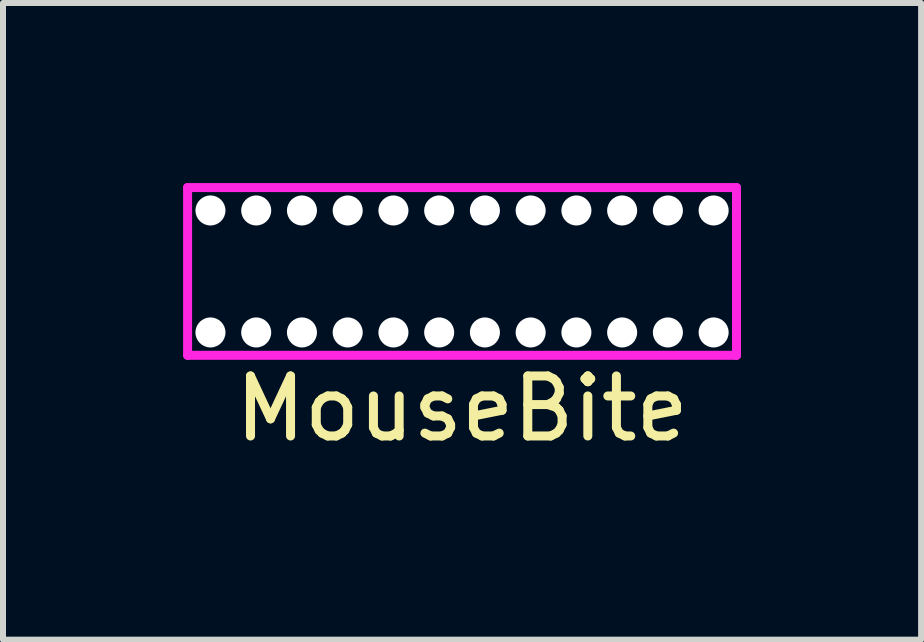
<source format=kicad_pcb>
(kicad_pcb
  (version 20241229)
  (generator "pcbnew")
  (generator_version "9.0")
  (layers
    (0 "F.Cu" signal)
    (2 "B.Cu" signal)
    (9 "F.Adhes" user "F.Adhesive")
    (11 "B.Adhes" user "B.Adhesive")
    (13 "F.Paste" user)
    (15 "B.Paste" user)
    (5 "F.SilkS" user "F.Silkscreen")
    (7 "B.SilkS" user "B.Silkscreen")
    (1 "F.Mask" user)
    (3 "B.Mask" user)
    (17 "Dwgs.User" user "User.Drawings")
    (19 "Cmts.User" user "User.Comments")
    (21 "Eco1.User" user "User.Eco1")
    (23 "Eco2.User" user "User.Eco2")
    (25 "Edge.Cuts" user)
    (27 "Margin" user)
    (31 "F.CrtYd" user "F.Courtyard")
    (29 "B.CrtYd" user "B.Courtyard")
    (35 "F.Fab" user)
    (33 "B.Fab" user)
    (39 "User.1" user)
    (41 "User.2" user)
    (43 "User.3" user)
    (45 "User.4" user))
  (footprint "MouseBite"
    (layer "F.Cu")
    (at 4.647 1.472)
    (property "Reference" "MouseBite" (at 0 2.286 0) (layer "F.SilkS") (effects (font (size 1 1) (thickness 0.15))))
    (attr through_hole)
    (fp_line (start -4.572 -1.397) (end 4.572 -1.397) (stroke (width 0.15) (type solid)) (layer "F.CrtYd"))
    (fp_line (start -4.572 1.397) (end -4.572 -1.397) (stroke (width 0.15) (type solid)) (layer "F.CrtYd"))
    (fp_line (start 4.572 -1.397) (end 4.572 1.397) (stroke (width 0.15) (type solid)) (layer "F.CrtYd"))
    (fp_line (start 4.572 1.397) (end -4.572 1.397) (stroke (width 0.15) (type solid)) (layer "F.CrtYd"))
    (pad "" np_thru_hole circle (at -4.191 -1.016) (size 0.5 0.5) (drill 0.5) (layers "*.Cu" "*.Mask"))
    (pad "" np_thru_hole circle (at -4.191 1.016) (size 0.5 0.5) (drill 0.5) (layers "*.Cu" "*.Mask"))
    (pad "" np_thru_hole circle (at -3.429 -1.016) (size 0.5 0.5) (drill 0.5) (layers "*.Cu" "*.Mask"))
    (pad "" np_thru_hole circle (at -3.429 1.016) (size 0.5 0.5) (drill 0.5) (layers "*.Cu" "*.Mask"))
    (pad "" np_thru_hole circle (at -2.667 -1.016) (size 0.5 0.5) (drill 0.5) (layers "*.Cu" "*.Mask"))
    (pad "" np_thru_hole circle (at -2.667 1.016) (size 0.5 0.5) (drill 0.5) (layers "*.Cu" "*.Mask"))
    (pad "" np_thru_hole circle (at -1.905 -1.016) (size 0.5 0.5) (drill 0.5) (layers "*.Cu" "*.Mask"))
    (pad "" np_thru_hole circle (at -1.905 1.016) (size 0.5 0.5) (drill 0.5) (layers "*.Cu" "*.Mask"))
    (pad "" np_thru_hole circle (at -1.143 -1.016) (size 0.5 0.5) (drill 0.5) (layers "*.Cu" "*.Mask"))
    (pad "" np_thru_hole circle (at -1.143 1.016) (size 0.5 0.5) (drill 0.5) (layers "*.Cu" "*.Mask"))
    (pad "" np_thru_hole circle (at -0.381 -1.016) (size 0.5 0.5) (drill 0.5) (layers "*.Cu" "*.Mask"))
    (pad "" np_thru_hole circle (at -0.381 1.016) (size 0.5 0.5) (drill 0.5) (layers "*.Cu" "*.Mask"))
    (pad "" np_thru_hole circle (at 0.381 -1.016) (size 0.5 0.5) (drill 0.5) (layers "*.Cu" "*.Mask"))
    (pad "" np_thru_hole circle (at 0.381 1.016) (size 0.5 0.5) (drill 0.5) (layers "*.Cu" "*.Mask"))
    (pad "" np_thru_hole circle (at 1.143 -1.016) (size 0.5 0.5) (drill 0.5) (layers "*.Cu" "*.Mask"))
    (pad "" np_thru_hole circle (at 1.143 1.016) (size 0.5 0.5) (drill 0.5) (layers "*.Cu" "*.Mask"))
    (pad "" np_thru_hole circle (at 1.905 -1.016) (size 0.5 0.5) (drill 0.5) (layers "*.Cu" "*.Mask"))
    (pad "" np_thru_hole circle (at 1.905 1.016) (size 0.5 0.5) (drill 0.5) (layers "*.Cu" "*.Mask"))
    (pad "" np_thru_hole circle (at 2.667 -1.016) (size 0.5 0.5) (drill 0.5) (layers "*.Cu" "*.Mask"))
    (pad "" np_thru_hole circle (at 2.667 1.016) (size 0.5 0.5) (drill 0.5) (layers "*.Cu" "*.Mask"))
    (pad "" np_thru_hole circle (at 3.429 -1.016) (size 0.5 0.5) (drill 0.5) (layers "*.Cu" "*.Mask"))
    (pad "" np_thru_hole circle (at 3.429 1.016) (size 0.5 0.5) (drill 0.5) (layers "*.Cu" "*.Mask"))
    (pad "" np_thru_hole circle (at 4.191 -1.016) (size 0.5 0.5) (drill 0.5) (layers "*.Cu" "*.Mask"))
    (pad "" np_thru_hole circle (at 4.191 1.016) (size 0.5 0.5) (drill 0.5) (layers "*.Cu" "*.Mask")))
  (gr_rect
    (start -3 -3)
    (end 12.294 7.606)
    (stroke (width 0.1) (type default))
    (fill no)
    (layer "Edge.Cuts")))
</source>
